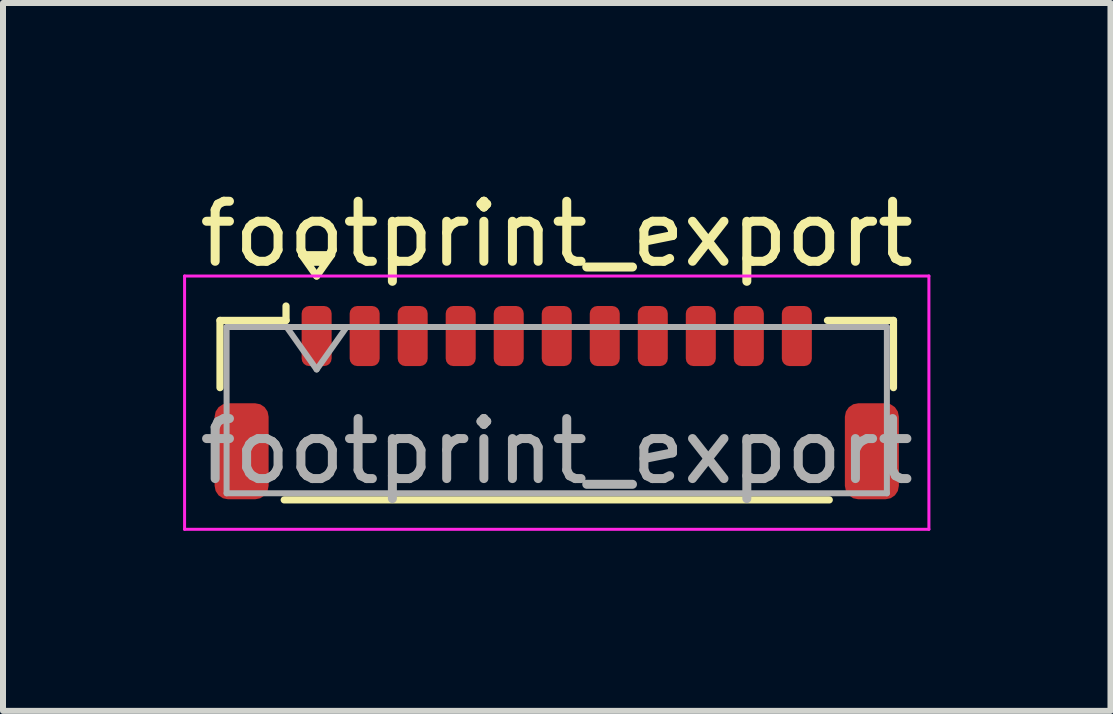
<source format=kicad_pcb>
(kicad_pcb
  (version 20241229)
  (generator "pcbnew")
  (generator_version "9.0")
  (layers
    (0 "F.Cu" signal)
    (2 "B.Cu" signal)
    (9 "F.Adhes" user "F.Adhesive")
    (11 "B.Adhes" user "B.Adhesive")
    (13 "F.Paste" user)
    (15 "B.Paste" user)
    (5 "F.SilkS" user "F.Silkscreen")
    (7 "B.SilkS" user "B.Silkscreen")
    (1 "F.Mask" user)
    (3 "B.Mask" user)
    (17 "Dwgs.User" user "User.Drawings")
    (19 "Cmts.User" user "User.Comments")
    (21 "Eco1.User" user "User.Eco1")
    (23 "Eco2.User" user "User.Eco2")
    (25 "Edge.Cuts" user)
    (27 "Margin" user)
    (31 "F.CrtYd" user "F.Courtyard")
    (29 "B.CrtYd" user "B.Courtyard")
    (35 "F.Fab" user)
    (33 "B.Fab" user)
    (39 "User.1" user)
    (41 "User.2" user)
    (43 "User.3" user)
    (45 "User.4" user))
  (footprint "footprint_export"
    (layer "F.Cu")
    (at 6.225 3.658)
    (property "Reference" "footprint_export" (at 0 -2.81 0) (layer "F.SilkS") (effects (font (size 1 1) (thickness 0.15))))
    (attr smd)
    (fp_line (start -5.61 -1.37) (end -4.51 -1.37) (stroke (width 0.12) (type solid)) (layer "F.SilkS"))
    (fp_line (start -5.61 -0.25) (end -5.61 -1.37) (stroke (width 0.12) (type solid)) (layer "F.SilkS"))
    (fp_line (start -4.54 1.62) (end 4.54 1.62) (stroke (width 0.12) (type solid)) (layer "F.SilkS"))
    (fp_line (start -4.51 -1.37) (end -4.51 -1.61) (stroke (width 0.12) (type solid)) (layer "F.SilkS"))
    (fp_line (start -4.25 -2.464) (end -4 -2.11) (stroke (width 0.12) (type solid)) (layer "F.SilkS"))
    (fp_line (start -4 -2.11) (end -3.75 -2.464) (stroke (width 0.12) (type solid)) (layer "F.SilkS"))
    (fp_line (start -3.75 -2.464) (end -4.25 -2.464) (stroke (width 0.12) (type solid)) (layer "F.SilkS"))
    (fp_line (start 5.61 -1.37) (end 4.51 -1.37) (stroke (width 0.12) (type solid)) (layer "F.SilkS"))
    (fp_line (start 5.61 -0.25) (end 5.61 -1.37) (stroke (width 0.12) (type solid)) (layer "F.SilkS"))
    (fp_line (start -6.2 -2.11) (end -6.2 2.11) (stroke (width 0.05) (type solid)) (layer "F.CrtYd"))
    (fp_line (start -6.2 2.11) (end 6.2 2.11) (stroke (width 0.05) (type solid)) (layer "F.CrtYd"))
    (fp_line (start 6.2 -2.11) (end -6.2 -2.11) (stroke (width 0.05) (type solid)) (layer "F.CrtYd"))
    (fp_line (start 6.2 2.11) (end 6.2 -2.11) (stroke (width 0.05) (type solid)) (layer "F.CrtYd"))
    (fp_line (start -5.5 -1.26) (end -5.5 1.51) (stroke (width 0.1) (type solid)) (layer "F.Fab"))
    (fp_line (start -5.5 -1.26) (end 5.5 -1.26) (stroke (width 0.1) (type solid)) (layer "F.Fab"))
    (fp_line (start -5.5 1.51) (end 5.5 1.51) (stroke (width 0.1) (type solid)) (layer "F.Fab"))
    (fp_line (start -4.5 -1.26) (end -4 -0.553) (stroke (width 0.1) (type solid)) (layer "F.Fab"))
    (fp_line (start -4 -0.553) (end -3.5 -1.26) (stroke (width 0.1) (type solid)) (layer "F.Fab"))
    (fp_line (start 5.5 -1.26) (end 5.5 1.51) (stroke (width 0.1) (type solid)) (layer "F.Fab"))
    (fp_text user "${REFERENCE}" (at 0 0.81 0) (layer "F.Fab") (effects (font (size 1 1) (thickness 0.15))))
    (pad "1" smd roundrect (at -4 -1.11) (size 0.5 1) (layers "F.Cu" "F.Mask" "F.Paste") (roundrect_rratio 0.25))
    (pad "2" smd roundrect (at -3.2 -1.11) (size 0.5 1) (layers "F.Cu" "F.Mask" "F.Paste") (roundrect_rratio 0.25))
    (pad "3" smd roundrect (at -2.4 -1.11) (size 0.5 1) (layers "F.Cu" "F.Mask" "F.Paste") (roundrect_rratio 0.25))
    (pad "4" smd roundrect (at -1.6 -1.11) (size 0.5 1) (layers "F.Cu" "F.Mask" "F.Paste") (roundrect_rratio 0.25))
    (pad "5" smd roundrect (at -0.8 -1.11) (size 0.5 1) (layers "F.Cu" "F.Mask" "F.Paste") (roundrect_rratio 0.25))
    (pad "6" smd roundrect (at 0 -1.11) (size 0.5 1) (layers "F.Cu" "F.Mask" "F.Paste") (roundrect_rratio 0.25))
    (pad "7" smd roundrect (at 0.8 -1.11) (size 0.5 1) (layers "F.Cu" "F.Mask" "F.Paste") (roundrect_rratio 0.25))
    (pad "8" smd roundrect (at 1.6 -1.11) (size 0.5 1) (layers "F.Cu" "F.Mask" "F.Paste") (roundrect_rratio 0.25))
    (pad "9" smd roundrect (at 2.4 -1.11) (size 0.5 1) (layers "F.Cu" "F.Mask" "F.Paste") (roundrect_rratio 0.25))
    (pad "10" smd roundrect (at 3.2 -1.11) (size 0.5 1) (layers "F.Cu" "F.Mask" "F.Paste") (roundrect_rratio 0.25))
    (pad "11" smd roundrect (at 4 -1.11) (size 0.5 1) (layers "F.Cu" "F.Mask" "F.Paste") (roundrect_rratio 0.25))
    (pad "MP" smd roundrect (at -5.25 0.81) (size 0.9 1.6) (layers "F.Cu" "F.Mask" "F.Paste") (roundrect_rratio 0.25))
    (pad "MP" smd roundrect (at 5.25 0.81) (size 0.9 1.6) (layers "F.Cu" "F.Mask" "F.Paste") (roundrect_rratio 0.25)))
  (gr_rect
    (start -3 -3)
    (end 15.45 8.793)
    (stroke (width 0.1) (type default))
    (fill no)
    (layer "Edge.Cuts")))
</source>
